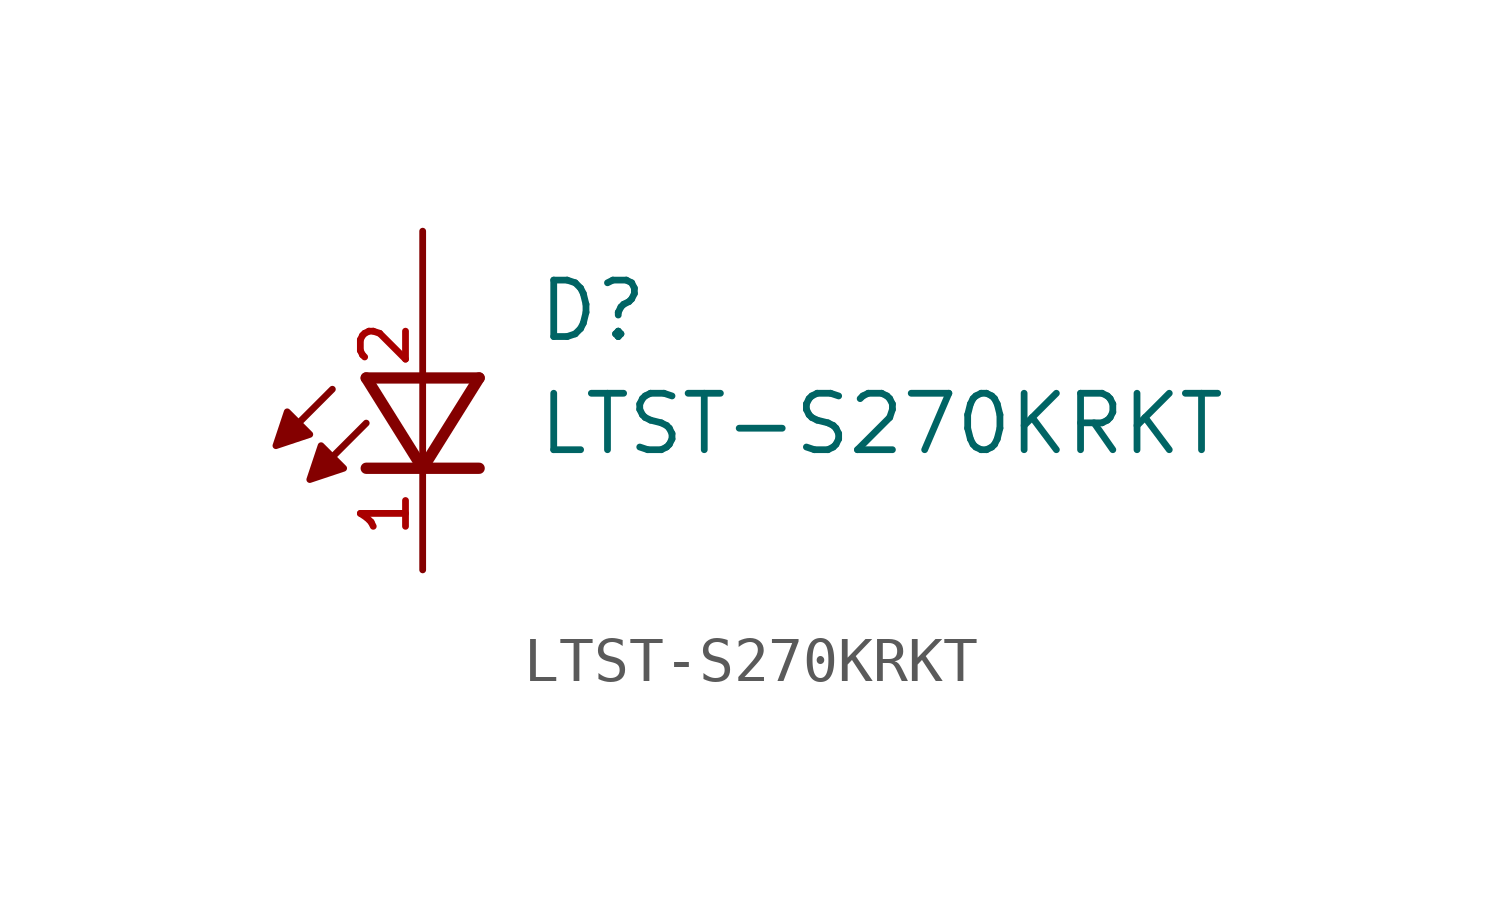
<source format=kicad_sym>
(kicad_symbol_lib
  (version 20211014)
  (generator kicad_symbol_editor)
  (symbol "LTST-S270KRKT"
    (pin_names
      (offset 1.016))
    (property "Reference" "D"
      (at 2.546 2.546 0)
      (effects (font (size 1.27 1.27)) (justify bottom left)))
    (property "Value" "LTST-S270KRKT"
      (at 2.546 0.0 0)
      (effects (font (size 1.27 1.27)) (justify bottom left)))
    (symbol "LTST-S270KRKT_0_0"
      (polyline (pts (xy 1.27 1.778) (xy 0.0 -0.254)) (stroke (width 0.254)))
      (polyline (pts (xy 0.0 -0.254) (xy -1.27 1.778)) (stroke (width 0.254)))
      (polyline (pts (xy 1.27 -0.254) (xy 0.0 -0.254)) (stroke (width 0.254)))
      (polyline (pts (xy 0.0 -0.254) (xy -1.27 -0.254)) (stroke (width 0.254)))
      (polyline (pts (xy 1.27 1.778) (xy -1.27 1.778)) (stroke (width 0.254)))
      (polyline (pts (xy -2.032 1.524) (xy -2.921 0.635)) (stroke (width 0.152)))
      (polyline (pts (xy -1.27 0.762) (xy -2.159 -0.127)) (stroke (width 0.152)))
      (polyline (pts (xy -3.048 1.016) (xy -3.302 0.254) (xy -2.54 0.508) (xy -3.048 1.016)) (stroke (width 0.152)) (fill (type outline)))
      (polyline (pts (xy -2.286 0.254) (xy -2.54 -0.508) (xy -1.778 -0.254) (xy -2.286 0.254)) (stroke (width 0.152)) (fill (type outline)))
      (pin passive line (at 0.0 5.08 270.0) (length 5.08) (name "~" (effects (font (size 1.016 1.016)))) (number "2" (effects (font (size 1.016 1.016)))))
      (pin passive line (at 0.0 -2.54 90.0) (length 2.54) (name "~" (effects (font (size 1.016 1.016)))) (number "1" (effects (font (size 1.016 1.016))))))))
</source>
